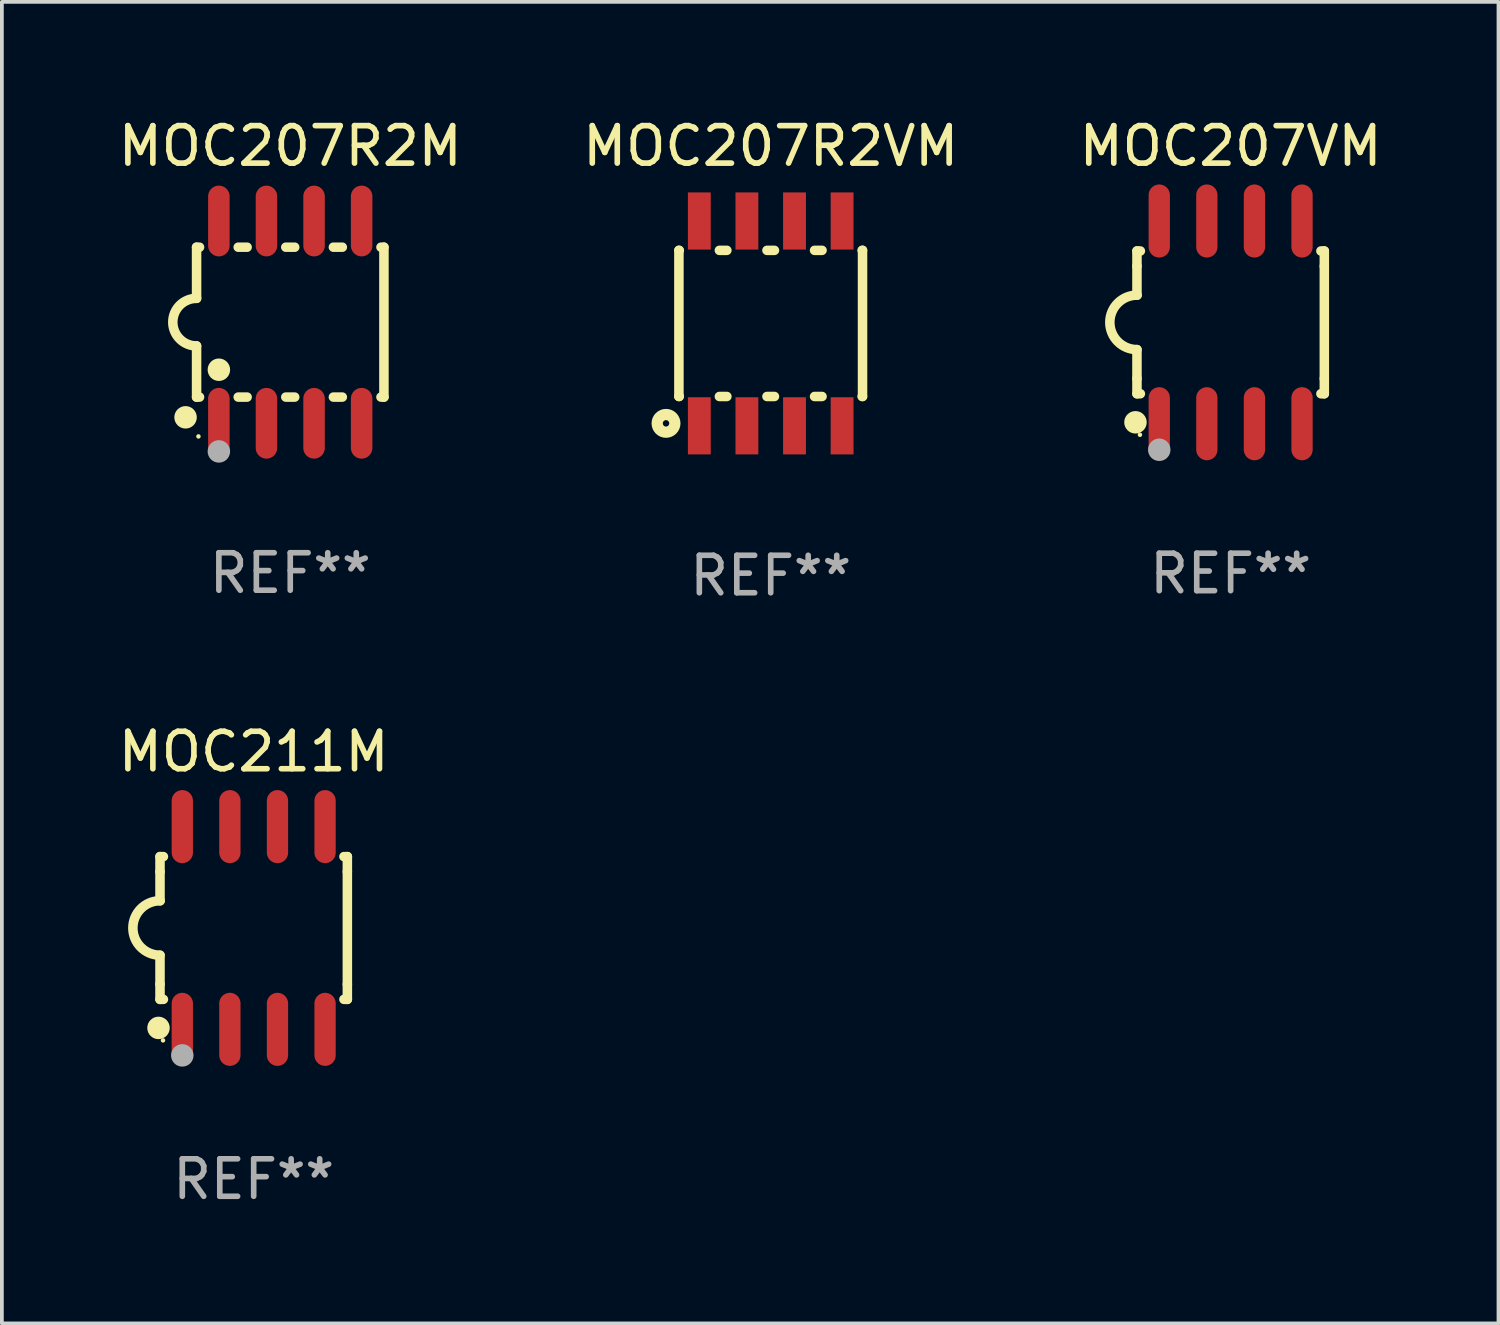
<source format=kicad_pcb>
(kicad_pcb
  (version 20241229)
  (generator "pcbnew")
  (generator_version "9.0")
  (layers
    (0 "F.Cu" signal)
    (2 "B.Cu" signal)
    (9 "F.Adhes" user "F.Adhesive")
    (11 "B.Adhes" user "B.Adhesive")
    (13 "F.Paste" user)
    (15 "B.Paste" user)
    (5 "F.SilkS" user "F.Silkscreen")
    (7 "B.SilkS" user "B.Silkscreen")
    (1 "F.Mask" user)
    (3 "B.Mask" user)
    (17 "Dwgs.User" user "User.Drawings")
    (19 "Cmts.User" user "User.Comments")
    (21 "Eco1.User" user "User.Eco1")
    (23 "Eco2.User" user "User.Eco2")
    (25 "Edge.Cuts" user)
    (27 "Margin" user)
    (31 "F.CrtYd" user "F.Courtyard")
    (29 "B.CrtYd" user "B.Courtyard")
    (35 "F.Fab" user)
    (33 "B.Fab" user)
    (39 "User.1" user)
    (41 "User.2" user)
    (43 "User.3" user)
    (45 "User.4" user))
  (footprint "MOC207VM"
    (layer "F.Cu")
    (at 29.792 5.553)
    (property "Reference" "MOC207VM" (at 0 -4.705 0) (layer "F.SilkS") (effects (font (size 1 1) (thickness 0.15))))
    (attr through_hole)
    (fp_line (start -2.5 -1.905) (end -2.409 -1.905) (stroke (width 0.254) (type solid)) (layer "F.SilkS"))
    (fp_line (start -2.5 -1.5) (end -2.5 -1.905) (stroke (width 0.254) (type solid)) (layer "F.SilkS"))
    (fp_line (start -2.5 -1.5) (end -2.5 -0.726) (stroke (width 0.254) (type solid)) (layer "F.SilkS"))
    (fp_line (start -2.5 1.5) (end -2.5 0.727) (stroke (width 0.254) (type solid)) (layer "F.SilkS"))
    (fp_line (start -2.5 1.5) (end -2.5 1.905) (stroke (width 0.254) (type solid)) (layer "F.SilkS"))
    (fp_line (start -2.5 1.905) (end -2.409 1.905) (stroke (width 0.254) (type solid)) (layer "F.SilkS"))
    (fp_line (start 2.5 -1.905) (end 2.409 -1.905) (stroke (width 0.254) (type solid)) (layer "F.SilkS"))
    (fp_line (start 2.5 -1.5) (end 2.5 -1.905) (stroke (width 0.254) (type solid)) (layer "F.SilkS"))
    (fp_line (start 2.5 -1.5) (end 2.5 1.5) (stroke (width 0.254) (type solid)) (layer "F.SilkS"))
    (fp_line (start 2.5 1.5) (end 2.5 1.905) (stroke (width 0.254) (type solid)) (layer "F.SilkS"))
    (fp_line (start 2.5 1.905) (end 2.409 1.905) (stroke (width 0.254) (type solid)) (layer "F.SilkS"))
    (fp_arc (start -2.5 0.726568) (mid -3.220316 -0.0023) (end -2.495097 -0.726289) (stroke (width 0.254001) (type solid)) (layer "F.SilkS"))
    (fp_circle (center -2.54 2.667) (end -2.39 2.667) (stroke (width 0.3) (type solid)) (fill no) (layer "F.SilkS"))
    (fp_circle (center -2.42 3) (end -2.39 3) (stroke (width 0.06) (type solid)) (fill no) (layer "F.SilkS"))
    (fp_circle (center -1.905 3.4) (end -1.755 3.4) (stroke (width 0.3) (type solid)) (fill no) (layer "F.Fab"))
    (fp_text user "REF**" (at 0 6.705 0) (layer "F.Fab") (effects (font (size 1 1) (thickness 0.15))))
    (pad "1" smd oval (at -1.905 2.705) (size 0.568 1.95) (layers "F.Cu" "F.Mask" "F.Paste"))
    (pad "2" smd oval (at -0.635 2.705) (size 0.568 1.95) (layers "F.Cu" "F.Mask" "F.Paste"))
    (pad "3" smd oval (at 0.635 2.705) (size 0.568 1.95) (layers "F.Cu" "F.Mask" "F.Paste"))
    (pad "4" smd oval (at 1.905 2.705) (size 0.568 1.95) (layers "F.Cu" "F.Mask" "F.Paste"))
    (pad "5" smd oval (at 1.905 -2.705) (size 0.568 1.95) (layers "F.Cu" "F.Mask" "F.Paste"))
    (pad "6" smd oval (at 0.635 -2.705) (size 0.568 1.95) (layers "F.Cu" "F.Mask" "F.Paste"))
    (pad "7" smd oval (at -0.635 -2.705) (size 0.568 1.95) (layers "F.Cu" "F.Mask" "F.Paste"))
    (pad "8" smd oval (at -1.905 -2.705) (size 0.568 1.95) (layers "F.Cu" "F.Mask" "F.Paste")))
  (footprint "MOC211M"
    (layer "F.Cu")
    (at 3.72 21.715)
    (property "Reference" "MOC211M" (at 0 -4.705 0) (layer "F.SilkS") (effects (font (size 1 1) (thickness 0.15))))
    (attr through_hole)
    (fp_line (start -2.5 -1.905) (end -2.409 -1.905) (stroke (width 0.254) (type solid)) (layer "F.SilkS"))
    (fp_line (start -2.5 -1.5) (end -2.5 -1.905) (stroke (width 0.254) (type solid)) (layer "F.SilkS"))
    (fp_line (start -2.5 -1.5) (end -2.5 -0.726) (stroke (width 0.254) (type solid)) (layer "F.SilkS"))
    (fp_line (start -2.5 1.5) (end -2.5 0.727) (stroke (width 0.254) (type solid)) (layer "F.SilkS"))
    (fp_line (start -2.5 1.5) (end -2.5 1.905) (stroke (width 0.254) (type solid)) (layer "F.SilkS"))
    (fp_line (start -2.5 1.905) (end -2.409 1.905) (stroke (width 0.254) (type solid)) (layer "F.SilkS"))
    (fp_line (start 2.5 -1.905) (end 2.409 -1.905) (stroke (width 0.254) (type solid)) (layer "F.SilkS"))
    (fp_line (start 2.5 -1.5) (end 2.5 -1.905) (stroke (width 0.254) (type solid)) (layer "F.SilkS"))
    (fp_line (start 2.5 -1.5) (end 2.5 1.5) (stroke (width 0.254) (type solid)) (layer "F.SilkS"))
    (fp_line (start 2.5 1.5) (end 2.5 1.905) (stroke (width 0.254) (type solid)) (layer "F.SilkS"))
    (fp_line (start 2.5 1.905) (end 2.409 1.905) (stroke (width 0.254) (type solid)) (layer "F.SilkS"))
    (fp_arc (start -2.5 0.726568) (mid -3.220316 -0.0023) (end -2.495097 -0.726289) (stroke (width 0.254001) (type solid)) (layer "F.SilkS"))
    (fp_circle (center -2.54 2.667) (end -2.39 2.667) (stroke (width 0.3) (type solid)) (fill no) (layer "F.SilkS"))
    (fp_circle (center -2.42 3) (end -2.39 3) (stroke (width 0.06) (type solid)) (fill no) (layer "F.SilkS"))
    (fp_circle (center -1.905 3.4) (end -1.755 3.4) (stroke (width 0.3) (type solid)) (fill no) (layer "F.Fab"))
    (fp_text user "REF**" (at 0 6.705 0) (layer "F.Fab") (effects (font (size 1 1) (thickness 0.15))))
    (pad "1" smd oval (at -1.905 2.705) (size 0.568 1.95) (layers "F.Cu" "F.Mask" "F.Paste"))
    (pad "2" smd oval (at -0.635 2.705) (size 0.568 1.95) (layers "F.Cu" "F.Mask" "F.Paste"))
    (pad "3" smd oval (at 0.635 2.705) (size 0.568 1.95) (layers "F.Cu" "F.Mask" "F.Paste"))
    (pad "4" smd oval (at 1.905 2.705) (size 0.568 1.95) (layers "F.Cu" "F.Mask" "F.Paste"))
    (pad "5" smd oval (at 1.905 -2.705) (size 0.568 1.95) (layers "F.Cu" "F.Mask" "F.Paste"))
    (pad "6" smd oval (at 0.635 -2.705) (size 0.568 1.95) (layers "F.Cu" "F.Mask" "F.Paste"))
    (pad "7" smd oval (at -0.635 -2.705) (size 0.568 1.95) (layers "F.Cu" "F.Mask" "F.Paste"))
    (pad "8" smd oval (at -1.905 -2.705) (size 0.568 1.95) (layers "F.Cu" "F.Mask" "F.Paste")))
  (footprint "MOC207R2VM"
    (layer "F.Cu")
    (at 17.518 5.581)
    (property "Reference" "MOC207R2VM" (at 0 -4.733 0) (layer "F.SilkS") (effects (font (size 1 1) (thickness 0.15))))
    (attr through_hole)
    (fp_line (start -2.45 -1.95) (end -2.45 1.95) (stroke (width 0.254) (type solid)) (layer "F.SilkS"))
    (fp_line (start -2.44 -1.95) (end -2.45 -1.95) (stroke (width 0.254) (type solid)) (layer "F.SilkS"))
    (fp_line (start -2.44 1.95) (end -2.45 1.95) (stroke (width 0.254) (type solid)) (layer "F.SilkS"))
    (fp_line (start -1.17 -1.95) (end -1.37 -1.95) (stroke (width 0.254) (type solid)) (layer "F.SilkS"))
    (fp_line (start -1.17 1.95) (end -1.37 1.95) (stroke (width 0.254) (type solid)) (layer "F.SilkS"))
    (fp_line (start 0.1 -1.95) (end -0.1 -1.95) (stroke (width 0.254) (type solid)) (layer "F.SilkS"))
    (fp_line (start 0.1 1.95) (end -0.1 1.95) (stroke (width 0.254) (type solid)) (layer "F.SilkS"))
    (fp_line (start 1.37 -1.95) (end 1.17 -1.95) (stroke (width 0.254) (type solid)) (layer "F.SilkS"))
    (fp_line (start 1.37 1.95) (end 1.17 1.95) (stroke (width 0.254) (type solid)) (layer "F.SilkS"))
    (fp_line (start 2.45 -1.95) (end 2.44 -1.95) (stroke (width 0.254) (type solid)) (layer "F.SilkS"))
    (fp_line (start 2.45 -1.95) (end 2.45 1.95) (stroke (width 0.254) (type solid)) (layer "F.SilkS"))
    (fp_line (start 2.45 1.95) (end 2.44 1.95) (stroke (width 0.254) (type solid)) (layer "F.SilkS"))
    (fp_circle (center -2.794 2.667) (end -2.558 2.667) (stroke (width 0.3) (type solid)) (fill no) (layer "F.SilkS"))
    (fp_text user "REF**" (at 0 6.733 0) (layer "F.Fab") (effects (font (size 1 1) (thickness 0.15))))
    (pad "1" smd rect (at -1.905 2.733) (size 0.61 1.525) (layers "F.Cu" "F.Mask" "F.Paste"))
    (pad "2" smd rect (at -0.635 2.733) (size 0.61 1.525) (layers "F.Cu" "F.Mask" "F.Paste"))
    (pad "3" smd rect (at 0.635 2.733) (size 0.61 1.525) (layers "F.Cu" "F.Mask" "F.Paste"))
    (pad "4" smd rect (at 1.905 2.733) (size 0.61 1.525) (layers "F.Cu" "F.Mask" "F.Paste"))
    (pad "5" smd rect (at 1.905 -2.733) (size 0.61 1.525) (layers "F.Cu" "F.Mask" "F.Paste"))
    (pad "6" smd rect (at 0.635 -2.733) (size 0.61 1.525) (layers "F.Cu" "F.Mask" "F.Paste"))
    (pad "7" smd rect (at -0.635 -2.733) (size 0.61 1.525) (layers "F.Cu" "F.Mask" "F.Paste"))
    (pad "8" smd rect (at -1.905 -2.733) (size 0.61 1.525) (layers "F.Cu" "F.Mask" "F.Paste")))
  (footprint "MOC207R2M"
    (layer "F.Cu")
    (at 4.696 5.547)
    (property "Reference" "MOC207R2M" (at 0 -4.699 0) (layer "F.SilkS") (effects (font (size 1 1) (thickness 0.15))))
    (attr through_hole)
    (fp_line (start -2.5 -2) (end -2.5 -0.635) (stroke (width 0.254) (type solid)) (layer "F.SilkS"))
    (fp_line (start -2.5 -2) (end -2.421 -2) (stroke (width 0.254) (type solid)) (layer "F.SilkS"))
    (fp_line (start -2.5 2) (end -2.5 0.635) (stroke (width 0.254) (type solid)) (layer "F.SilkS"))
    (fp_line (start -2.5 2) (end -2.421 2) (stroke (width 0.254) (type solid)) (layer "F.SilkS"))
    (fp_line (start -1.389 -2) (end -1.151 -2) (stroke (width 0.254) (type solid)) (layer "F.SilkS"))
    (fp_line (start -1.389 2) (end -1.151 2) (stroke (width 0.254) (type solid)) (layer "F.SilkS"))
    (fp_line (start -0.119 -2) (end 0.119 -2) (stroke (width 0.254) (type solid)) (layer "F.SilkS"))
    (fp_line (start -0.119 2) (end 0.119 2) (stroke (width 0.254) (type solid)) (layer "F.SilkS"))
    (fp_line (start 1.151 -2) (end 1.389 -2) (stroke (width 0.254) (type solid)) (layer "F.SilkS"))
    (fp_line (start 1.151 2) (end 1.389 2) (stroke (width 0.254) (type solid)) (layer "F.SilkS"))
    (fp_line (start 2.421 -2) (end 2.5 -2) (stroke (width 0.254) (type solid)) (layer "F.SilkS"))
    (fp_line (start 2.421 2) (end 2.5 2) (stroke (width 0.254) (type solid)) (layer "F.SilkS"))
    (fp_line (start 2.5 -2) (end 2.5 2) (stroke (width 0.254) (type solid)) (layer "F.SilkS"))
    (fp_arc (start -2.5 0.635001) (mid -3.134366 -0.000318) (end -2.499365 -0.635001) (stroke (width 0.254001) (type solid)) (layer "F.SilkS"))
    (fp_circle (center -2.794 2.54) (end -2.644 2.54) (stroke (width 0.3) (type solid)) (fill no) (layer "F.SilkS"))
    (fp_circle (center -2.45 3.05) (end -2.42 3.05) (stroke (width 0.06) (type solid)) (fill no) (layer "F.SilkS"))
    (fp_circle (center -1.905 1.27) (end -1.755 1.27) (stroke (width 0.3) (type solid)) (fill no) (layer "F.SilkS"))
    (fp_circle (center -1.905 3.45) (end -1.755 3.45) (stroke (width 0.3) (type solid)) (fill no) (layer "F.Fab"))
    (fp_text user "REF**" (at 0 6.699 0) (layer "F.Fab") (effects (font (size 1 1) (thickness 0.15))))
    (pad "1" smd oval (at -1.905 2.699) (size 0.574 1.888) (layers "F.Cu" "F.Mask" "F.Paste"))
    (pad "2" smd oval (at -0.635 2.699) (size 0.574 1.888) (layers "F.Cu" "F.Mask" "F.Paste"))
    (pad "3" smd oval (at 0.635 2.699) (size 0.574 1.888) (layers "F.Cu" "F.Mask" "F.Paste"))
    (pad "4" smd oval (at 1.905 2.699) (size 0.574 1.888) (layers "F.Cu" "F.Mask" "F.Paste"))
    (pad "5" smd oval (at 1.905 -2.699) (size 0.574 1.888) (layers "F.Cu" "F.Mask" "F.Paste"))
    (pad "6" smd oval (at 0.635 -2.699) (size 0.574 1.888) (layers "F.Cu" "F.Mask" "F.Paste"))
    (pad "7" smd oval (at -0.635 -2.699) (size 0.574 1.888) (layers "F.Cu" "F.Mask" "F.Paste"))
    (pad "8" smd oval (at -1.905 -2.699) (size 0.574 1.888) (layers "F.Cu" "F.Mask" "F.Paste")))
  (gr_rect
    (start -3 -3)
    (end 36.94 32.268)
    (stroke (width 0.1) (type default))
    (fill no)
    (layer "Edge.Cuts")))
</source>
